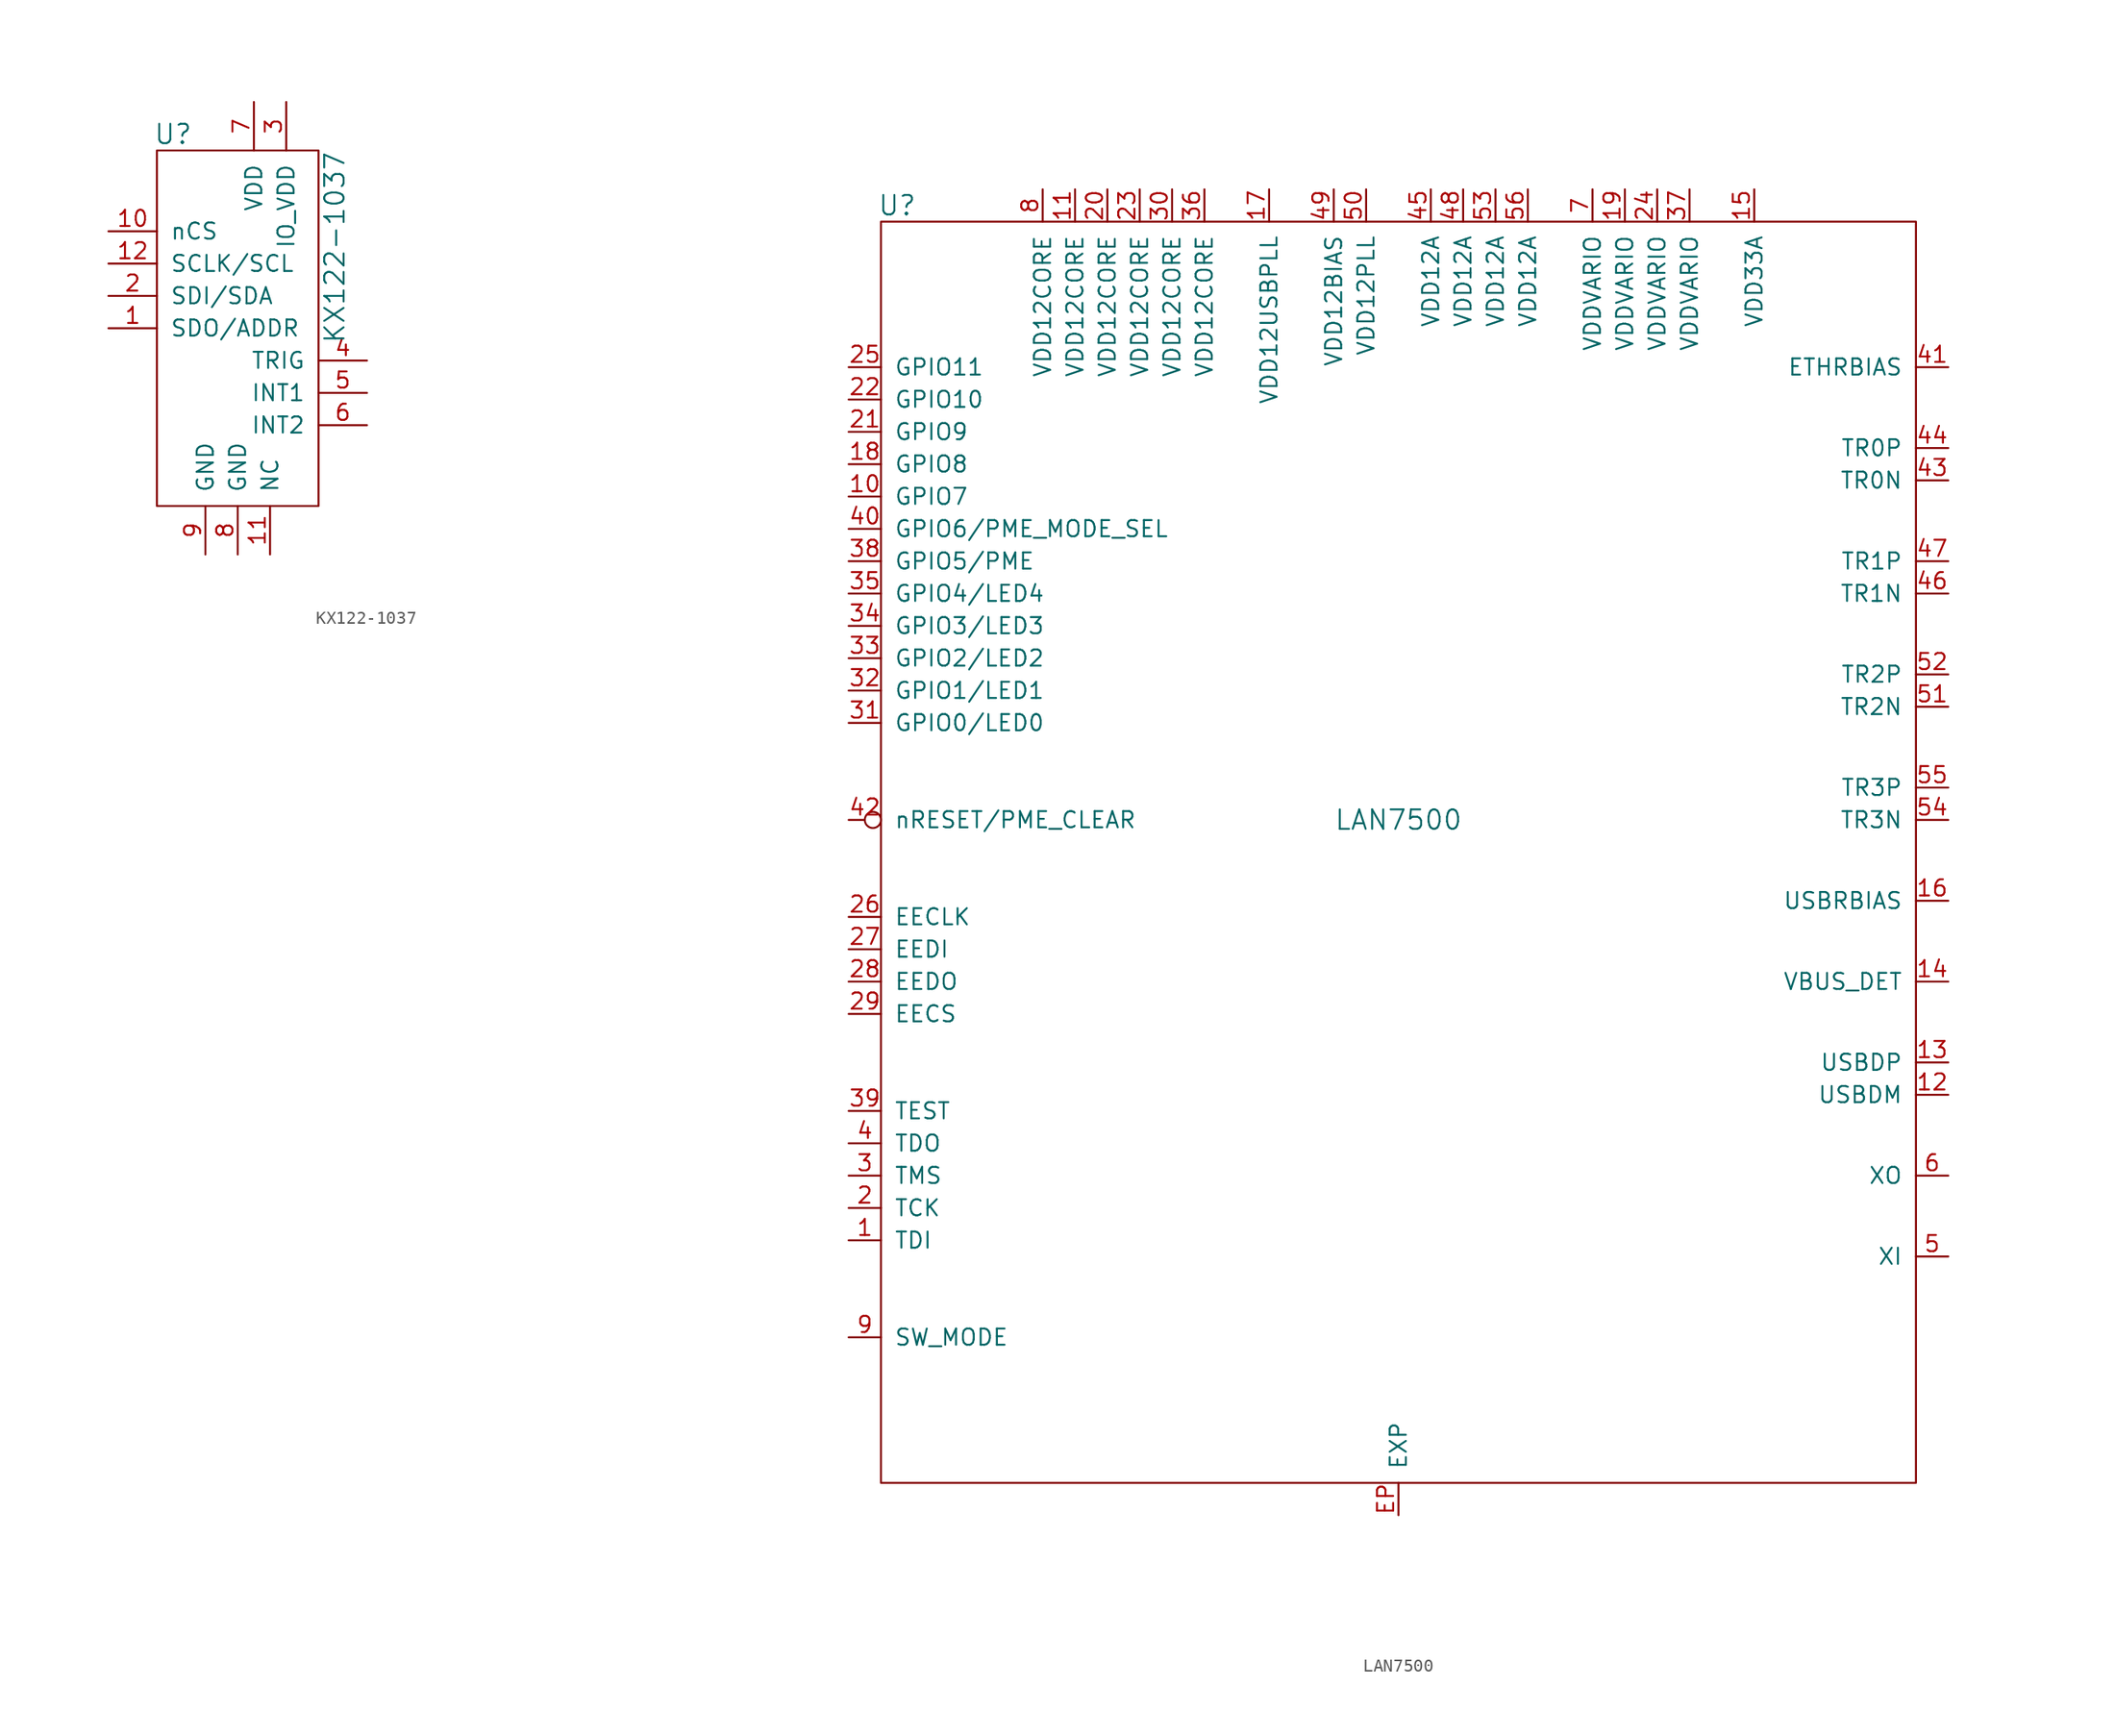
<source format=kicad_sym>
(kicad_symbol_lib
  (version 20211014)
  (generator kicad_symbol_editor)
  (symbol "KX122-1037"
    (pin_names
      (offset 1.016))
    (property "Reference" "U"
      (at -5.08 15.24 0)
      (effects (font (size 1.524 1.524))))
    (property "Value" "KX122-1037"
      (at 7.62 6.35 90)
      (effects (font (size 1.524 1.524))))
    (property "Footprint" ""
      (at 30.48 -10.16 0)
      (effects (font (size 1.524 1.524))))
    (property "Datasheet" ""
      (at 30.48 -10.16 0)
      (effects (font (size 1.524 1.524))))
    (symbol "KX122-1037_0_1"
      (rectangle (start -6.35 13.97) (end 6.35 -13.97) (stroke (width 0) (type default) (color 0 0 0 0)) (fill (type none))))
    (symbol "KX122-1037_1_1"
      (pin bidirectional line (at -10.16 0 0) (length 3.81) (name "SDO/ADDR" (effects (font (size 1.27 1.27)))) (number "1" (effects (font (size 1.27 1.27)))))
      (pin bidirectional line (at -10.16 7.62 0) (length 3.81) (name "nCS" (effects (font (size 1.27 1.27)))) (number "10" (effects (font (size 1.27 1.27)))))
      (pin bidirectional line (at 2.54 -17.78 90) (length 3.81) (name "NC" (effects (font (size 1.27 1.27)))) (number "11" (effects (font (size 1.27 1.27)))))
      (pin bidirectional line (at -10.16 5.08 0) (length 3.81) (name "SCLK/SCL" (effects (font (size 1.27 1.27)))) (number "12" (effects (font (size 1.27 1.27)))))
      (pin bidirectional line (at -10.16 2.54 0) (length 3.81) (name "SDI/SDA" (effects (font (size 1.27 1.27)))) (number "2" (effects (font (size 1.27 1.27)))))
      (pin bidirectional line (at 3.81 17.78 270) (length 3.81) (name "IO_VDD" (effects (font (size 1.27 1.27)))) (number "3" (effects (font (size 1.27 1.27)))))
      (pin bidirectional line (at 10.16 -2.54 180) (length 3.81) (name "TRIG" (effects (font (size 1.27 1.27)))) (number "4" (effects (font (size 1.27 1.27)))))
      (pin bidirectional line (at 10.16 -5.08 180) (length 3.81) (name "INT1" (effects (font (size 1.27 1.27)))) (number "5" (effects (font (size 1.27 1.27)))))
      (pin bidirectional line (at 10.16 -7.62 180) (length 3.81) (name "INT2" (effects (font (size 1.27 1.27)))) (number "6" (effects (font (size 1.27 1.27)))))
      (pin bidirectional line (at 1.27 17.78 270) (length 3.81) (name "VDD" (effects (font (size 1.27 1.27)))) (number "7" (effects (font (size 1.27 1.27)))))
      (pin bidirectional line (at 0 -17.78 90) (length 3.81) (name "GND" (effects (font (size 1.27 1.27)))) (number "8" (effects (font (size 1.27 1.27)))))
      (pin bidirectional line (at -2.54 -17.78 90) (length 3.81) (name "GND" (effects (font (size 1.27 1.27)))) (number "9" (effects (font (size 1.27 1.27)))))))
  (symbol "LAN7500"
    (pin_names
      (offset 1.016))
    (property "Reference" "U"
      (at -39.37 50.8 0)
      (effects (font (size 1.524 1.524))))
    (property "Value" "LAN7500"
      (at 0 2.54 0)
      (effects (font (size 1.524 1.524))))
    (symbol "LAN7500_0_1"
      (rectangle (start -40.64 49.53) (end 40.64 -49.53) (stroke (width 0) (type default) (color 0 0 0 0)) (fill (type none))))
    (symbol "LAN7500_1_1"
      (pin passive line (at -43.18 -30.48 0) (length 2.54) (name "TDI" (effects (font (size 1.27 1.27)))) (number "1" (effects (font (size 1.27 1.27)))))
      (pin passive line (at -43.18 27.94 0) (length 2.54) (name "GPIO7" (effects (font (size 1.27 1.27)))) (number "10" (effects (font (size 1.27 1.27)))))
      (pin passive line (at -25.4 52.07 270) (length 2.54) (name "VDD12CORE" (effects (font (size 1.27 1.27)))) (number "11" (effects (font (size 1.27 1.27)))))
      (pin passive line (at 43.18 -19.05 180) (length 2.54) (name "USBDM" (effects (font (size 1.27 1.27)))) (number "12" (effects (font (size 1.27 1.27)))))
      (pin passive line (at 43.18 -16.51 180) (length 2.54) (name "USBDP" (effects (font (size 1.27 1.27)))) (number "13" (effects (font (size 1.27 1.27)))))
      (pin passive line (at 43.18 -10.16 180) (length 2.54) (name "VBUS_DET" (effects (font (size 1.27 1.27)))) (number "14" (effects (font (size 1.27 1.27)))))
      (pin passive line (at 27.94 52.07 270) (length 2.54) (name "VDD33A" (effects (font (size 1.27 1.27)))) (number "15" (effects (font (size 1.27 1.27)))))
      (pin passive line (at 43.18 -3.81 180) (length 2.54) (name "USBRBIAS" (effects (font (size 1.27 1.27)))) (number "16" (effects (font (size 1.27 1.27)))))
      (pin passive line (at -10.16 52.07 270) (length 2.54) (name "VDD12USBPLL" (effects (font (size 1.27 1.27)))) (number "17" (effects (font (size 1.27 1.27)))))
      (pin passive line (at -43.18 30.48 0) (length 2.54) (name "GPIO8" (effects (font (size 1.27 1.27)))) (number "18" (effects (font (size 1.27 1.27)))))
      (pin passive line (at 17.78 52.07 270) (length 2.54) (name "VDDVARIO" (effects (font (size 1.27 1.27)))) (number "19" (effects (font (size 1.27 1.27)))))
      (pin passive line (at -43.18 -27.94 0) (length 2.54) (name "TCK" (effects (font (size 1.27 1.27)))) (number "2" (effects (font (size 1.27 1.27)))))
      (pin passive line (at -22.86 52.07 270) (length 2.54) (name "VDD12CORE" (effects (font (size 1.27 1.27)))) (number "20" (effects (font (size 1.27 1.27)))))
      (pin passive line (at -43.18 33.02 0) (length 2.54) (name "GPIO9" (effects (font (size 1.27 1.27)))) (number "21" (effects (font (size 1.27 1.27)))))
      (pin passive line (at -43.18 35.56 0) (length 2.54) (name "GPIO10" (effects (font (size 1.27 1.27)))) (number "22" (effects (font (size 1.27 1.27)))))
      (pin passive line (at -20.32 52.07 270) (length 2.54) (name "VDD12CORE" (effects (font (size 1.27 1.27)))) (number "23" (effects (font (size 1.27 1.27)))))
      (pin passive line (at 20.32 52.07 270) (length 2.54) (name "VDDVARIO" (effects (font (size 1.27 1.27)))) (number "24" (effects (font (size 1.27 1.27)))))
      (pin passive line (at -43.18 38.1 0) (length 2.54) (name "GPIO11" (effects (font (size 1.27 1.27)))) (number "25" (effects (font (size 1.27 1.27)))))
      (pin passive line (at -43.18 -5.08 0) (length 2.54) (name "EECLK" (effects (font (size 1.27 1.27)))) (number "26" (effects (font (size 1.27 1.27)))))
      (pin passive line (at -43.18 -7.62 0) (length 2.54) (name "EEDI" (effects (font (size 1.27 1.27)))) (number "27" (effects (font (size 1.27 1.27)))))
      (pin passive line (at -43.18 -10.16 0) (length 2.54) (name "EEDO" (effects (font (size 1.27 1.27)))) (number "28" (effects (font (size 1.27 1.27)))))
      (pin passive line (at -43.18 -12.7 0) (length 2.54) (name "EECS" (effects (font (size 1.27 1.27)))) (number "29" (effects (font (size 1.27 1.27)))))
      (pin passive line (at -43.18 -25.4 0) (length 2.54) (name "TMS" (effects (font (size 1.27 1.27)))) (number "3" (effects (font (size 1.27 1.27)))))
      (pin passive line (at -17.78 52.07 270) (length 2.54) (name "VDD12CORE" (effects (font (size 1.27 1.27)))) (number "30" (effects (font (size 1.27 1.27)))))
      (pin passive line (at -43.18 10.16 0) (length 2.54) (name "GPIO0/LED0" (effects (font (size 1.27 1.27)))) (number "31" (effects (font (size 1.27 1.27)))))
      (pin passive line (at -43.18 12.7 0) (length 2.54) (name "GPIO1/LED1" (effects (font (size 1.27 1.27)))) (number "32" (effects (font (size 1.27 1.27)))))
      (pin passive line (at -43.18 15.24 0) (length 2.54) (name "GPIO2/LED2" (effects (font (size 1.27 1.27)))) (number "33" (effects (font (size 1.27 1.27)))))
      (pin passive line (at -43.18 17.78 0) (length 2.54) (name "GPIO3/LED3" (effects (font (size 1.27 1.27)))) (number "34" (effects (font (size 1.27 1.27)))))
      (pin passive line (at -43.18 20.32 0) (length 2.54) (name "GPIO4/LED4" (effects (font (size 1.27 1.27)))) (number "35" (effects (font (size 1.27 1.27)))))
      (pin passive line (at -15.24 52.07 270) (length 2.54) (name "VDD12CORE" (effects (font (size 1.27 1.27)))) (number "36" (effects (font (size 1.27 1.27)))))
      (pin passive line (at 22.86 52.07 270) (length 2.54) (name "VDDVARIO" (effects (font (size 1.27 1.27)))) (number "37" (effects (font (size 1.27 1.27)))))
      (pin passive line (at -43.18 22.86 0) (length 2.54) (name "GPIO5/PME" (effects (font (size 1.27 1.27)))) (number "38" (effects (font (size 1.27 1.27)))))
      (pin passive line (at -43.18 -20.32 0) (length 2.54) (name "TEST" (effects (font (size 1.27 1.27)))) (number "39" (effects (font (size 1.27 1.27)))))
      (pin passive line (at -43.18 -22.86 0) (length 2.54) (name "TDO" (effects (font (size 1.27 1.27)))) (number "4" (effects (font (size 1.27 1.27)))))
      (pin passive line (at -43.18 25.4 0) (length 2.54) (name "GPIO6/PME_MODE_SEL" (effects (font (size 1.27 1.27)))) (number "40" (effects (font (size 1.27 1.27)))))
      (pin passive line (at 43.18 38.1 180) (length 2.54) (name "ETHRBIAS" (effects (font (size 1.27 1.27)))) (number "41" (effects (font (size 1.27 1.27)))))
      (pin passive inverted (at -43.18 2.54 0) (length 2.54) (name "nRESET/PME_CLEAR" (effects (font (size 1.27 1.27)))) (number "42" (effects (font (size 1.27 1.27)))))
      (pin passive line (at 43.18 29.21 180) (length 2.54) (name "TR0N" (effects (font (size 1.27 1.27)))) (number "43" (effects (font (size 1.27 1.27)))))
      (pin passive line (at 43.18 31.75 180) (length 2.54) (name "TR0P" (effects (font (size 1.27 1.27)))) (number "44" (effects (font (size 1.27 1.27)))))
      (pin passive line (at 2.54 52.07 270) (length 2.54) (name "VDD12A" (effects (font (size 1.27 1.27)))) (number "45" (effects (font (size 1.27 1.27)))))
      (pin passive line (at 43.18 20.32 180) (length 2.54) (name "TR1N" (effects (font (size 1.27 1.27)))) (number "46" (effects (font (size 1.27 1.27)))))
      (pin passive line (at 43.18 22.86 180) (length 2.54) (name "TR1P" (effects (font (size 1.27 1.27)))) (number "47" (effects (font (size 1.27 1.27)))))
      (pin passive line (at 5.08 52.07 270) (length 2.54) (name "VDD12A" (effects (font (size 1.27 1.27)))) (number "48" (effects (font (size 1.27 1.27)))))
      (pin passive line (at -5.08 52.07 270) (length 2.54) (name "VDD12BIAS" (effects (font (size 1.27 1.27)))) (number "49" (effects (font (size 1.27 1.27)))))
      (pin passive line (at 43.18 -31.75 180) (length 2.54) (name "XI" (effects (font (size 1.27 1.27)))) (number "5" (effects (font (size 1.27 1.27)))))
      (pin passive line (at -2.54 52.07 270) (length 2.54) (name "VDD12PLL" (effects (font (size 1.27 1.27)))) (number "50" (effects (font (size 1.27 1.27)))))
      (pin passive line (at 43.18 11.43 180) (length 2.54) (name "TR2N" (effects (font (size 1.27 1.27)))) (number "51" (effects (font (size 1.27 1.27)))))
      (pin passive line (at 43.18 13.97 180) (length 2.54) (name "TR2P" (effects (font (size 1.27 1.27)))) (number "52" (effects (font (size 1.27 1.27)))))
      (pin passive line (at 7.62 52.07 270) (length 2.54) (name "VDD12A" (effects (font (size 1.27 1.27)))) (number "53" (effects (font (size 1.27 1.27)))))
      (pin passive line (at 43.18 2.54 180) (length 2.54) (name "TR3N" (effects (font (size 1.27 1.27)))) (number "54" (effects (font (size 1.27 1.27)))))
      (pin passive line (at 43.18 5.08 180) (length 2.54) (name "TR3P" (effects (font (size 1.27 1.27)))) (number "55" (effects (font (size 1.27 1.27)))))
      (pin passive line (at 10.16 52.07 270) (length 2.54) (name "VDD12A" (effects (font (size 1.27 1.27)))) (number "56" (effects (font (size 1.27 1.27)))))
      (pin passive line (at 43.18 -25.4 180) (length 2.54) (name "XO" (effects (font (size 1.27 1.27)))) (number "6" (effects (font (size 1.27 1.27)))))
      (pin passive line (at 15.24 52.07 270) (length 2.54) (name "VDDVARIO" (effects (font (size 1.27 1.27)))) (number "7" (effects (font (size 1.27 1.27)))))
      (pin passive line (at -27.94 52.07 270) (length 2.54) (name "VDD12CORE" (effects (font (size 1.27 1.27)))) (number "8" (effects (font (size 1.27 1.27)))))
      (pin passive line (at -43.18 -38.1 0) (length 2.54) (name "SW_MODE" (effects (font (size 1.27 1.27)))) (number "9" (effects (font (size 1.27 1.27)))))
      (pin passive line (at 0 -52.07 90) (length 2.54) (name "EXP" (effects (font (size 1.27 1.27)))) (number "EP" (effects (font (size 1.27 1.27))))))))
</source>
